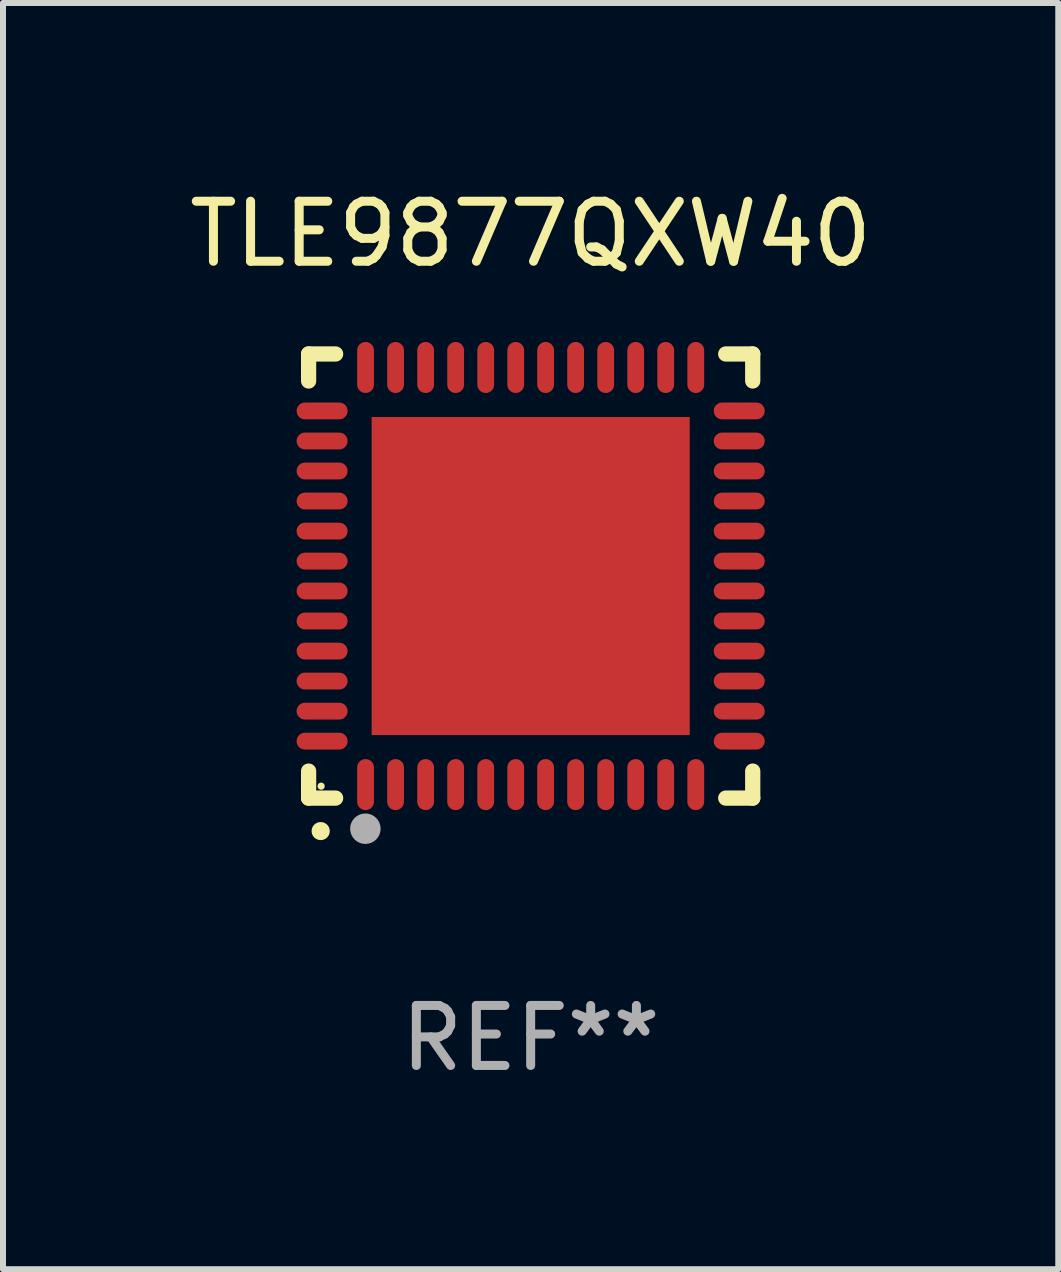
<source format=kicad_pcb>
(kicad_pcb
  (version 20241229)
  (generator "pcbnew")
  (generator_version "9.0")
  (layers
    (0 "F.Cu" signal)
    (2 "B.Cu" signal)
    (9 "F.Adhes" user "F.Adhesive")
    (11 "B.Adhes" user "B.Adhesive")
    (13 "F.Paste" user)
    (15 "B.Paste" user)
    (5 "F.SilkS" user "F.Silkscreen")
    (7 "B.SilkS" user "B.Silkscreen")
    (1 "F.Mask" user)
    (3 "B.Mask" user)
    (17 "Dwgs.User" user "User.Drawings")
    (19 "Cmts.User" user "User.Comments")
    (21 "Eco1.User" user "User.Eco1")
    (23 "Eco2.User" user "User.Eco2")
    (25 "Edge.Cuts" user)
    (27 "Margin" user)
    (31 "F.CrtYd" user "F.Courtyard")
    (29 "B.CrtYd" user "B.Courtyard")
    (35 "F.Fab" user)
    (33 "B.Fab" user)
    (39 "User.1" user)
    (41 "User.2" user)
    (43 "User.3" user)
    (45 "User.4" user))
  (footprint "TLE9877QXW40"
    (layer "F.Cu")
    (at 5.792 6.548)
    (property "Reference" "TLE9877QXW40" (at 0 -5.7 0) (layer "F.SilkS") (effects (font (size 1 1) (thickness 0.15))))
    (attr through_hole)
    (fp_line (start -3.7 -3.7) (end -3.25 -3.7) (stroke (width 0.254) (type solid)) (layer "F.SilkS"))
    (fp_line (start -3.7 -3.25) (end -3.7 -3.7) (stroke (width 0.254) (type solid)) (layer "F.SilkS"))
    (fp_line (start -3.7 3.7) (end -3.7 3.25) (stroke (width 0.254) (type solid)) (layer "F.SilkS"))
    (fp_line (start -3.25 3.7) (end -3.7 3.7) (stroke (width 0.254) (type solid)) (layer "F.SilkS"))
    (fp_line (start 3.25 3.7) (end 3.7 3.7) (stroke (width 0.254) (type solid)) (layer "F.SilkS"))
    (fp_line (start 3.7 -3.7) (end 3.25 -3.7) (stroke (width 0.254) (type solid)) (layer "F.SilkS"))
    (fp_line (start 3.7 -3.25) (end 3.7 -3.7) (stroke (width 0.254) (type solid)) (layer "F.SilkS"))
    (fp_line (start 3.7 3.7) (end 3.7 3.25) (stroke (width 0.254) (type solid)) (layer "F.SilkS"))
    (fp_arc (start -3.500127 4.249428) (mid -3.498857 4.249423) (end -3.497587 4.249428) (stroke (width 0.3) (type solid)) (layer "F.SilkS"))
    (fp_circle (center -3.491 3.501) (end -3.461 3.501) (stroke (width 0.06) (type solid)) (fill no) (layer "F.SilkS"))
    (fp_circle (center -2.754 4.21) (end -2.627 4.21) (stroke (width 0.254) (type solid)) (fill no) (layer "F.Fab"))
    (fp_text user "REF**" (at 0 7.7 0) (layer "F.Fab") (effects (font (size 1 1) (thickness 0.15))))
    (pad "1" smd oval (at -2.751 3.475) (size 0.28 0.85) (layers "F.Cu" "F.Mask" "F.Paste"))
    (pad "2" smd oval (at -2.251 3.475) (size 0.28 0.85) (layers "F.Cu" "F.Mask" "F.Paste"))
    (pad "3" smd oval (at -1.75 3.475) (size 0.28 0.85) (layers "F.Cu" "F.Mask" "F.Paste"))
    (pad "4" smd oval (at -1.25 3.475) (size 0.28 0.85) (layers "F.Cu" "F.Mask" "F.Paste"))
    (pad "5" smd oval (at -0.749 3.475) (size 0.28 0.85) (layers "F.Cu" "F.Mask" "F.Paste"))
    (pad "6" smd oval (at -0.249 3.475) (size 0.28 0.85) (layers "F.Cu" "F.Mask" "F.Paste"))
    (pad "7" smd oval (at 0.249 3.475) (size 0.28 0.85) (layers "F.Cu" "F.Mask" "F.Paste"))
    (pad "8" smd oval (at 0.749 3.475) (size 0.28 0.85) (layers "F.Cu" "F.Mask" "F.Paste"))
    (pad "9" smd oval (at 1.25 3.475) (size 0.28 0.85) (layers "F.Cu" "F.Mask" "F.Paste"))
    (pad "10" smd oval (at 1.75 3.475) (size 0.28 0.85) (layers "F.Cu" "F.Mask" "F.Paste"))
    (pad "11" smd oval (at 2.25 3.475) (size 0.28 0.85) (layers "F.Cu" "F.Mask" "F.Paste"))
    (pad "12" smd oval (at 2.751 3.475) (size 0.28 0.85) (layers "F.Cu" "F.Mask" "F.Paste"))
    (pad "13" smd oval (at 3.475 2.751) (size 0.85 0.28) (layers "F.Cu" "F.Mask" "F.Paste"))
    (pad "14" smd oval (at 3.475 2.251) (size 0.85 0.28) (layers "F.Cu" "F.Mask" "F.Paste"))
    (pad "15" smd oval (at 3.475 1.75) (size 0.85 0.28) (layers "F.Cu" "F.Mask" "F.Paste"))
    (pad "16" smd oval (at 3.475 1.25) (size 0.85 0.28) (layers "F.Cu" "F.Mask" "F.Paste"))
    (pad "17" smd oval (at 3.475 0.749) (size 0.85 0.28) (layers "F.Cu" "F.Mask" "F.Paste"))
    (pad "18" smd oval (at 3.475 0.249) (size 0.85 0.28) (layers "F.Cu" "F.Mask" "F.Paste"))
    (pad "19" smd oval (at 3.475 -0.249) (size 0.85 0.28) (layers "F.Cu" "F.Mask" "F.Paste"))
    (pad "20" smd oval (at 3.475 -0.749) (size 0.85 0.28) (layers "F.Cu" "F.Mask" "F.Paste"))
    (pad "21" smd oval (at 3.475 -1.25) (size 0.85 0.28) (layers "F.Cu" "F.Mask" "F.Paste"))
    (pad "22" smd oval (at 3.475 -1.75) (size 0.85 0.28) (layers "F.Cu" "F.Mask" "F.Paste"))
    (pad "23" smd oval (at 3.475 -2.25) (size 0.85 0.28) (layers "F.Cu" "F.Mask" "F.Paste"))
    (pad "24" smd oval (at 3.475 -2.751) (size 0.85 0.28) (layers "F.Cu" "F.Mask" "F.Paste"))
    (pad "25" smd oval (at 2.751 -3.475) (size 0.28 0.85) (layers "F.Cu" "F.Mask" "F.Paste"))
    (pad "26" smd oval (at 2.25 -3.475) (size 0.28 0.85) (layers "F.Cu" "F.Mask" "F.Paste"))
    (pad "27" smd oval (at 1.75 -3.475) (size 0.28 0.85) (layers "F.Cu" "F.Mask" "F.Paste"))
    (pad "28" smd oval (at 1.25 -3.475) (size 0.28 0.85) (layers "F.Cu" "F.Mask" "F.Paste"))
    (pad "29" smd oval (at 0.749 -3.475) (size 0.28 0.85) (layers "F.Cu" "F.Mask" "F.Paste"))
    (pad "30" smd oval (at 0.249 -3.475) (size 0.28 0.85) (layers "F.Cu" "F.Mask" "F.Paste"))
    (pad "31" smd oval (at -0.249 -3.475) (size 0.28 0.85) (layers "F.Cu" "F.Mask" "F.Paste"))
    (pad "32" smd oval (at -0.749 -3.475) (size 0.28 0.85) (layers "F.Cu" "F.Mask" "F.Paste"))
    (pad "33" smd oval (at -1.25 -3.475) (size 0.28 0.85) (layers "F.Cu" "F.Mask" "F.Paste"))
    (pad "34" smd oval (at -1.75 -3.475) (size 0.28 0.85) (layers "F.Cu" "F.Mask" "F.Paste"))
    (pad "35" smd oval (at -2.251 -3.475) (size 0.28 0.85) (layers "F.Cu" "F.Mask" "F.Paste"))
    (pad "36" smd oval (at -2.751 -3.475) (size 0.28 0.85) (layers "F.Cu" "F.Mask" "F.Paste"))
    (pad "37" smd oval (at -3.475 -2.751) (size 0.85 0.28) (layers "F.Cu" "F.Mask" "F.Paste"))
    (pad "38" smd oval (at -3.475 -2.25) (size 0.85 0.28) (layers "F.Cu" "F.Mask" "F.Paste"))
    (pad "39" smd oval (at -3.475 -1.75) (size 0.85 0.28) (layers "F.Cu" "F.Mask" "F.Paste"))
    (pad "40" smd oval (at -3.475 -1.25) (size 0.85 0.28) (layers "F.Cu" "F.Mask" "F.Paste"))
    (pad "41" smd oval (at -3.475 -0.749) (size 0.85 0.28) (layers "F.Cu" "F.Mask" "F.Paste"))
    (pad "42" smd oval (at -3.475 -0.249) (size 0.85 0.28) (layers "F.Cu" "F.Mask" "F.Paste"))
    (pad "43" smd oval (at -3.475 0.249) (size 0.85 0.28) (layers "F.Cu" "F.Mask" "F.Paste"))
    (pad "44" smd oval (at -3.475 0.749) (size 0.85 0.28) (layers "F.Cu" "F.Mask" "F.Paste"))
    (pad "45" smd oval (at -3.475 1.25) (size 0.85 0.28) (layers "F.Cu" "F.Mask" "F.Paste"))
    (pad "46" smd oval (at -3.475 1.75) (size 0.85 0.28) (layers "F.Cu" "F.Mask" "F.Paste"))
    (pad "47" smd oval (at -3.475 2.251) (size 0.85 0.28) (layers "F.Cu" "F.Mask" "F.Paste"))
    (pad "48" smd oval (at -3.475 2.751) (size 0.85 0.28) (layers "F.Cu" "F.Mask" "F.Paste"))
    (pad "49" smd rect (at -0.000102 0.000102) (size 5.3 5.3) (layers "F.Cu" "F.Mask" "F.Paste")))
  (gr_rect
    (start -3 -3)
    (end 14.583 18.097)
    (stroke (width 0.1) (type default))
    (fill no)
    (layer "Edge.Cuts")))
</source>
